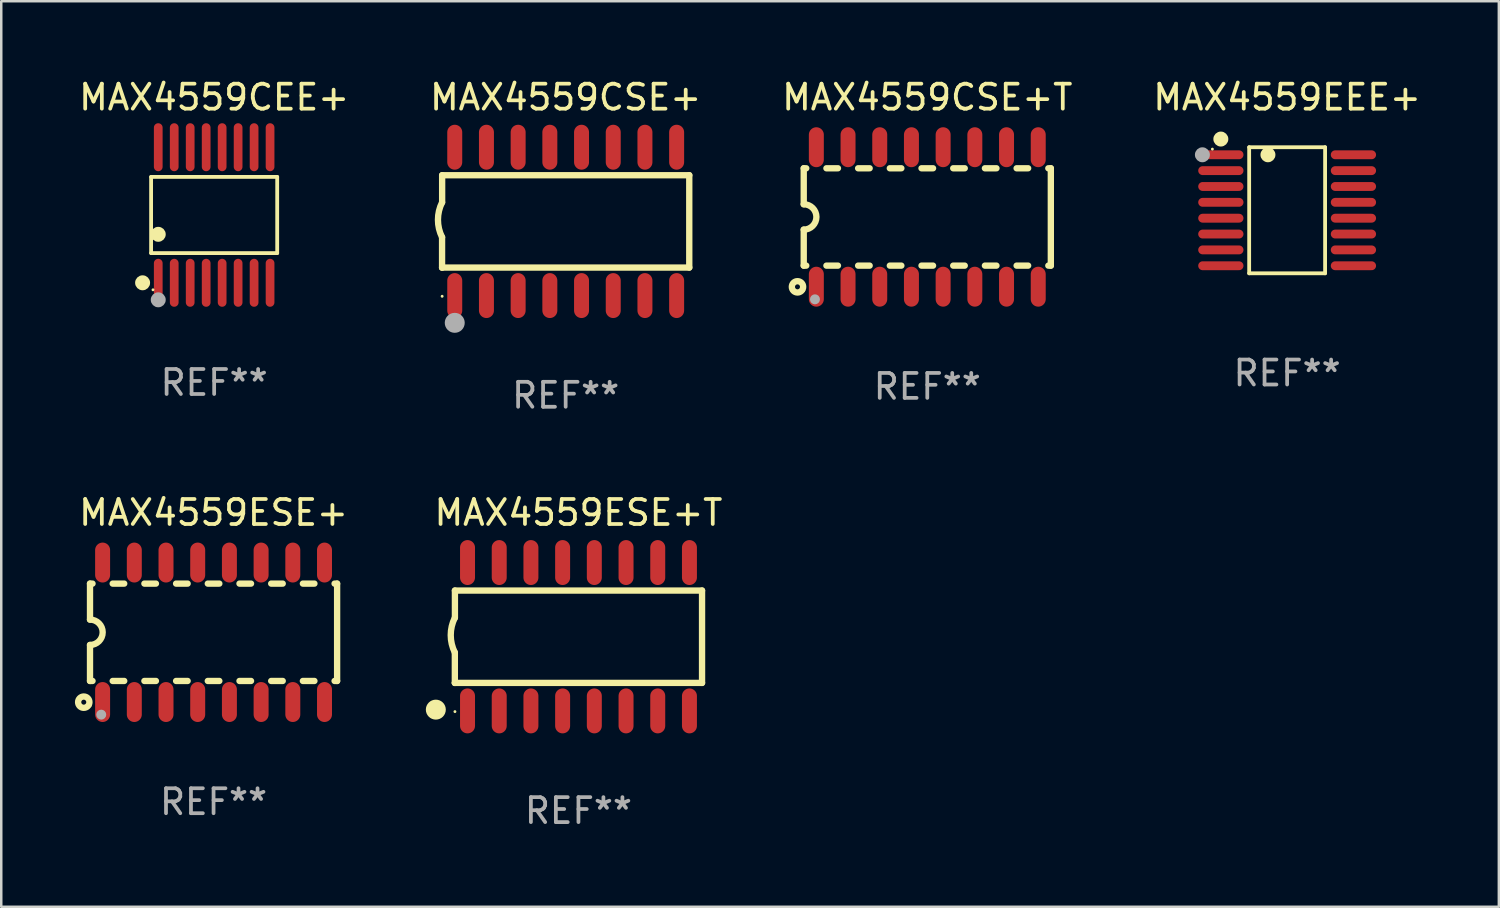
<source format=kicad_pcb>
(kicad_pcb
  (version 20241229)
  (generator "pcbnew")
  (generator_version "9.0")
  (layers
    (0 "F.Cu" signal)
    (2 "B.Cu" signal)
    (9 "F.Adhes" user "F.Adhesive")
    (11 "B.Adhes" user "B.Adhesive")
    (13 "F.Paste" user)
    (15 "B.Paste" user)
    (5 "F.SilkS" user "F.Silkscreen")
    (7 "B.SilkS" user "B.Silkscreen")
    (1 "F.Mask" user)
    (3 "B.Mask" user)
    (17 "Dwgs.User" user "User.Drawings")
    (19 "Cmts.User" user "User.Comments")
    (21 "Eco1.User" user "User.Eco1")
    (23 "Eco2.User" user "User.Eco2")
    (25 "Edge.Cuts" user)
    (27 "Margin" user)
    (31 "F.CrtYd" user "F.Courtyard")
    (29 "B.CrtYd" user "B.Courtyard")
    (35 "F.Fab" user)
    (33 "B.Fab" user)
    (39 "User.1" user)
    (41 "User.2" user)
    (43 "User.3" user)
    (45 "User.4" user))
  (footprint "MAX4559ESE+T"
    (layer "F.Cu")
    (at 20.125 22.46)
    (property "Reference" "MAX4559ESE+T" (at 0 -4.972 0) (layer "F.SilkS") (effects (font (size 1 1) (thickness 0.15))))
    (attr through_hole)
    (fp_line (start -4.952 0.635) (end -4.952 1.85) (stroke (width 0.254) (type solid)) (layer "F.SilkS"))
    (fp_line (start -4.952 1.85) (end -4.949 1.85) (stroke (width 0.254) (type solid)) (layer "F.SilkS"))
    (fp_line (start -4.949 -1.85) (end -4.949 -0.762) (stroke (width 0.254) (type solid)) (layer "F.SilkS"))
    (fp_line (start -4.949 1.85) (end 4.952 1.85) (stroke (width 0.254) (type solid)) (layer "F.SilkS"))
    (fp_line (start 4.952 -1.85) (end -4.949 -1.85) (stroke (width 0.254) (type solid)) (layer "F.SilkS"))
    (fp_line (start 4.952 1.85) (end 4.952 -1.85) (stroke (width 0.254) (type solid)) (layer "F.SilkS"))
    (fp_arc (start -4.951512 0.635) (mid -5.116405 -0.063501) (end -4.951511 -0.762002) (stroke (width 0.254001) (type solid)) (layer "F.SilkS"))
    (fp_circle (center -5.714 2.921) (end -5.514 2.921) (stroke (width 0.4) (type solid)) (fill no) (layer "F.SilkS"))
    (fp_circle (center -4.948 3) (end -4.918 3) (stroke (width 0.06) (type solid)) (fill no) (layer "F.SilkS"))
    (fp_text user "REF**" (at 0 6.972 0) (layer "F.Fab") (effects (font (size 1 1) (thickness 0.15))))
    (pad "1" smd oval (at -4.444 2.972 180) (size 0.6 1.8) (layers "F.Cu" "F.Mask" "F.Paste"))
    (pad "2" smd oval (at -3.174 2.972 180) (size 0.6 1.8) (layers "F.Cu" "F.Mask" "F.Paste"))
    (pad "3" smd oval (at -1.904 2.972 180) (size 0.6 1.8) (layers "F.Cu" "F.Mask" "F.Paste"))
    (pad "4" smd oval (at -0.634 2.972 180) (size 0.6 1.8) (layers "F.Cu" "F.Mask" "F.Paste"))
    (pad "5" smd oval (at 0.636 2.972 180) (size 0.6 1.8) (layers "F.Cu" "F.Mask" "F.Paste"))
    (pad "6" smd oval (at 1.907 2.972 180) (size 0.6 1.8) (layers "F.Cu" "F.Mask" "F.Paste"))
    (pad "7" smd oval (at 3.177 2.972 180) (size 0.6 1.8) (layers "F.Cu" "F.Mask" "F.Paste"))
    (pad "8" smd oval (at 4.447 2.972 180) (size 0.6 1.8) (layers "F.Cu" "F.Mask" "F.Paste"))
    (pad "9" smd oval (at 4.447 -2.972 180) (size 0.6 1.8) (layers "F.Cu" "F.Mask" "F.Paste"))
    (pad "10" smd oval (at 3.177 -2.972 180) (size 0.6 1.8) (layers "F.Cu" "F.Mask" "F.Paste"))
    (pad "11" smd oval (at 1.907 -2.972 180) (size 0.6 1.8) (layers "F.Cu" "F.Mask" "F.Paste"))
    (pad "12" smd oval (at 0.636 -2.972 180) (size 0.6 1.8) (layers "F.Cu" "F.Mask" "F.Paste"))
    (pad "13" smd oval (at -0.634 -2.972 180) (size 0.6 1.8) (layers "F.Cu" "F.Mask" "F.Paste"))
    (pad "14" smd oval (at -1.904 -2.972 180) (size 0.6 1.8) (layers "F.Cu" "F.Mask" "F.Paste"))
    (pad "15" smd oval (at -3.174 -2.972 180) (size 0.6 1.8) (layers "F.Cu" "F.Mask" "F.Paste"))
    (pad "16" smd oval (at -4.444 -2.972 180) (size 0.6 1.8) (layers "F.Cu" "F.Mask" "F.Paste")))
  (footprint "MAX4559EEE+"
    (layer "F.Cu")
    (at 48.518 5.374)
    (property "Reference" "MAX4559EEE+" (at 0 -4.526 0) (layer "F.SilkS") (effects (font (size 1 1) (thickness 0.15))))
    (attr through_hole)
    (fp_line (start -1.521 -2.526) (end 1.521 -2.526) (stroke (width 0.152) (type solid)) (layer "F.SilkS"))
    (fp_line (start -1.521 2.526) (end -1.521 -2.526) (stroke (width 0.152) (type solid)) (layer "F.SilkS"))
    (fp_line (start 1.521 -2.526) (end 1.521 2.526) (stroke (width 0.152) (type solid)) (layer "F.SilkS"))
    (fp_line (start 1.521 2.526) (end -1.521 2.526) (stroke (width 0.152) (type solid)) (layer "F.SilkS"))
    (fp_circle (center -2.995 -2.45) (end -2.965 -2.45) (stroke (width 0.06) (type solid)) (fill no) (layer "F.SilkS"))
    (fp_circle (center -2.656 -2.853) (end -2.506 -2.853) (stroke (width 0.3) (type solid)) (fill no) (layer "F.SilkS"))
    (fp_circle (center -0.769 -2.223) (end -0.619 -2.223) (stroke (width 0.3) (type solid)) (fill no) (layer "F.SilkS"))
    (fp_circle (center -3.395 -2.223) (end -3.245 -2.223) (stroke (width 0.3) (type solid)) (fill no) (layer "F.Fab"))
    (fp_text user "REF**" (at 0 6.526 0) (layer "F.Fab") (effects (font (size 1 1) (thickness 0.15))))
    (pad "1" smd oval (at -2.656 -2.223 270) (size 0.356 1.813) (layers "F.Cu" "F.Mask" "F.Paste"))
    (pad "2" smd oval (at -2.656 -1.588 270) (size 0.356 1.813) (layers "F.Cu" "F.Mask" "F.Paste"))
    (pad "3" smd oval (at -2.656 -0.953 270) (size 0.356 1.813) (layers "F.Cu" "F.Mask" "F.Paste"))
    (pad "4" smd oval (at -2.656 -0.318 270) (size 0.356 1.813) (layers "F.Cu" "F.Mask" "F.Paste"))
    (pad "5" smd oval (at -2.656 0.318 270) (size 0.356 1.813) (layers "F.Cu" "F.Mask" "F.Paste"))
    (pad "6" smd oval (at -2.656 0.953 270) (size 0.356 1.813) (layers "F.Cu" "F.Mask" "F.Paste"))
    (pad "7" smd oval (at -2.656 1.588 270) (size 0.356 1.813) (layers "F.Cu" "F.Mask" "F.Paste"))
    (pad "8" smd oval (at -2.656 2.223 270) (size 0.356 1.813) (layers "F.Cu" "F.Mask" "F.Paste"))
    (pad "9" smd oval (at 2.656 2.223 270) (size 0.356 1.813) (layers "F.Cu" "F.Mask" "F.Paste"))
    (pad "10" smd oval (at 2.656 1.588 270) (size 0.356 1.813) (layers "F.Cu" "F.Mask" "F.Paste"))
    (pad "11" smd oval (at 2.656 0.953 270) (size 0.356 1.813) (layers "F.Cu" "F.Mask" "F.Paste"))
    (pad "12" smd oval (at 2.656 0.318 270) (size 0.356 1.813) (layers "F.Cu" "F.Mask" "F.Paste"))
    (pad "13" smd oval (at 2.656 -0.318 270) (size 0.356 1.813) (layers "F.Cu" "F.Mask" "F.Paste"))
    (pad "14" smd oval (at 2.656 -0.953 270) (size 0.356 1.813) (layers "F.Cu" "F.Mask" "F.Paste"))
    (pad "15" smd oval (at 2.656 -1.588 270) (size 0.356 1.813) (layers "F.Cu" "F.Mask" "F.Paste"))
    (pad "16" smd oval (at 2.656 -2.223 270) (size 0.356 1.813) (layers "F.Cu" "F.Mask" "F.Paste")))
  (footprint "MAX4559CSE+"
    (layer "F.Cu")
    (at 19.613 5.82)
    (property "Reference" "MAX4559CSE+" (at 0 -4.972 0) (layer "F.SilkS") (effects (font (size 1 1) (thickness 0.15))))
    (attr through_hole)
    (fp_line (start -4.952 0.635) (end -4.952 1.85) (stroke (width 0.254) (type solid)) (layer "F.SilkS"))
    (fp_line (start -4.952 1.85) (end -4.949 1.85) (stroke (width 0.254) (type solid)) (layer "F.SilkS"))
    (fp_line (start -4.949 -1.85) (end -4.949 -0.762) (stroke (width 0.254) (type solid)) (layer "F.SilkS"))
    (fp_line (start -4.949 1.85) (end 4.952 1.85) (stroke (width 0.254) (type solid)) (layer "F.SilkS"))
    (fp_line (start 4.952 -1.85) (end -4.949 -1.85) (stroke (width 0.254) (type solid)) (layer "F.SilkS"))
    (fp_line (start 4.952 1.85) (end 4.952 -1.85) (stroke (width 0.254) (type solid)) (layer "F.SilkS"))
    (fp_arc (start -4.951524 0.635001) (mid -5.116418 -0.0635) (end -4.951524 -0.762002) (stroke (width 0.254001) (type solid)) (layer "F.SilkS"))
    (fp_circle (center -4.949 3) (end -4.919 3) (stroke (width 0.06) (type solid)) (fill no) (layer "F.SilkS"))
    (fp_circle (center -4.444 4.064) (end -4.244 4.064) (stroke (width 0.4) (type solid)) (fill no) (layer "F.Fab"))
    (fp_text user "REF**" (at 0 6.972 0) (layer "F.Fab") (effects (font (size 1 1) (thickness 0.15))))
    (pad "1" smd oval (at -4.444 2.972 180) (size 0.6 1.8) (layers "F.Cu" "F.Mask" "F.Paste"))
    (pad "2" smd oval (at -3.174 2.972 180) (size 0.6 1.8) (layers "F.Cu" "F.Mask" "F.Paste"))
    (pad "3" smd oval (at -1.904 2.972 180) (size 0.6 1.8) (layers "F.Cu" "F.Mask" "F.Paste"))
    (pad "4" smd oval (at -0.634 2.972 180) (size 0.6 1.8) (layers "F.Cu" "F.Mask" "F.Paste"))
    (pad "5" smd oval (at 0.636 2.972 180) (size 0.6 1.8) (layers "F.Cu" "F.Mask" "F.Paste"))
    (pad "6" smd oval (at 1.906 2.972 180) (size 0.6 1.8) (layers "F.Cu" "F.Mask" "F.Paste"))
    (pad "7" smd oval (at 3.176 2.972 180) (size 0.6 1.8) (layers "F.Cu" "F.Mask" "F.Paste"))
    (pad "8" smd oval (at 4.446 2.972 180) (size 0.6 1.8) (layers "F.Cu" "F.Mask" "F.Paste"))
    (pad "9" smd oval (at 4.446 -2.972 180) (size 0.6 1.8) (layers "F.Cu" "F.Mask" "F.Paste"))
    (pad "10" smd oval (at 3.176 -2.972 180) (size 0.6 1.8) (layers "F.Cu" "F.Mask" "F.Paste"))
    (pad "11" smd oval (at 1.906 -2.972 180) (size 0.6 1.8) (layers "F.Cu" "F.Mask" "F.Paste"))
    (pad "12" smd oval (at 0.636 -2.972 180) (size 0.6 1.8) (layers "F.Cu" "F.Mask" "F.Paste"))
    (pad "13" smd oval (at -0.634 -2.972 180) (size 0.6 1.8) (layers "F.Cu" "F.Mask" "F.Paste"))
    (pad "14" smd oval (at -1.904 -2.972 180) (size 0.6 1.8) (layers "F.Cu" "F.Mask" "F.Paste"))
    (pad "15" smd oval (at -3.174 -2.972 180) (size 0.6 1.8) (layers "F.Cu" "F.Mask" "F.Paste"))
    (pad "16" smd oval (at -4.444 -2.972 180) (size 0.6 1.8) (layers "F.Cu" "F.Mask" "F.Paste")))
  (footprint "MAX4559ESE+"
    (layer "F.Cu")
    (at 5.506 22.282)
    (property "Reference" "MAX4559ESE+" (at 0 -4.794 0) (layer "F.SilkS") (effects (font (size 1 1) (thickness 0.15))))
    (attr through_hole)
    (fp_line (start -4.95 -1.95) (end -4.95 -0.508) (stroke (width 0.254) (type solid)) (layer "F.SilkS"))
    (fp_line (start -4.95 -1.95) (end -4.849 -1.95) (stroke (width 0.254) (type solid)) (layer "F.SilkS"))
    (fp_line (start -4.95 1.95) (end -4.95 0.508) (stroke (width 0.254) (type solid)) (layer "F.SilkS"))
    (fp_line (start -4.95 1.95) (end -4.849 1.95) (stroke (width 0.254) (type solid)) (layer "F.SilkS"))
    (fp_line (start -4.041 -1.95) (end -3.579 -1.95) (stroke (width 0.254) (type solid)) (layer "F.SilkS"))
    (fp_line (start -4.041 1.95) (end -3.579 1.95) (stroke (width 0.254) (type solid)) (layer "F.SilkS"))
    (fp_line (start -2.771 -1.95) (end -2.309 -1.95) (stroke (width 0.254) (type solid)) (layer "F.SilkS"))
    (fp_line (start -2.771 1.95) (end -2.309 1.95) (stroke (width 0.254) (type solid)) (layer "F.SilkS"))
    (fp_line (start -1.501 -1.95) (end -1.039 -1.95) (stroke (width 0.254) (type solid)) (layer "F.SilkS"))
    (fp_line (start -1.501 1.95) (end -1.039 1.95) (stroke (width 0.254) (type solid)) (layer "F.SilkS"))
    (fp_line (start -0.231 -1.95) (end 0.231 -1.95) (stroke (width 0.254) (type solid)) (layer "F.SilkS"))
    (fp_line (start -0.231 1.95) (end 0.231 1.95) (stroke (width 0.254) (type solid)) (layer "F.SilkS"))
    (fp_line (start 1.039 -1.95) (end 1.501 -1.95) (stroke (width 0.254) (type solid)) (layer "F.SilkS"))
    (fp_line (start 1.039 1.95) (end 1.501 1.95) (stroke (width 0.254) (type solid)) (layer "F.SilkS"))
    (fp_line (start 2.309 -1.95) (end 2.771 -1.95) (stroke (width 0.254) (type solid)) (layer "F.SilkS"))
    (fp_line (start 2.309 1.95) (end 2.771 1.95) (stroke (width 0.254) (type solid)) (layer "F.SilkS"))
    (fp_line (start 3.579 -1.95) (end 4.041 -1.95) (stroke (width 0.254) (type solid)) (layer "F.SilkS"))
    (fp_line (start 3.579 1.95) (end 4.041 1.95) (stroke (width 0.254) (type solid)) (layer "F.SilkS"))
    (fp_line (start 4.849 -1.95) (end 4.95 -1.95) (stroke (width 0.254) (type solid)) (layer "F.SilkS"))
    (fp_line (start 4.849 1.95) (end 4.95 1.95) (stroke (width 0.254) (type solid)) (layer "F.SilkS"))
    (fp_line (start 4.95 -1.95) (end 4.95 1.95) (stroke (width 0.254) (type solid)) (layer "F.SilkS"))
    (fp_arc (start -4.95047 -0.508001) (mid -4.442469 -0.000228) (end -4.950013 0.508001) (stroke (width 0.254001) (type solid)) (layer "F.SilkS"))
    (fp_circle (center -5.2 2.8) (end -5.1 2.8) (stroke (width 0.254) (type solid)) (fill no) (layer "F.SilkS"))
    (fp_circle (center -4.95 2.947) (end -4.92 2.947) (stroke (width 0.06) (type solid)) (fill no) (layer "F.SilkS"))
    (fp_circle (center -4.5 3.3) (end -4.4 3.3) (stroke (width 0.2) (type solid)) (fill no) (layer "F.Fab"))
    (fp_text user "REF**" (at 0 6.794 0) (layer "F.Fab") (effects (font (size 1 1) (thickness 0.15))))
    (pad "1" smd oval (at -4.445 2.794) (size 0.6 1.6) (layers "F.Cu" "F.Mask" "F.Paste"))
    (pad "2" smd oval (at -3.175 2.794) (size 0.6 1.6) (layers "F.Cu" "F.Mask" "F.Paste"))
    (pad "3" smd oval (at -1.905 2.794) (size 0.6 1.6) (layers "F.Cu" "F.Mask" "F.Paste"))
    (pad "4" smd oval (at -0.635 2.794) (size 0.6 1.6) (layers "F.Cu" "F.Mask" "F.Paste"))
    (pad "5" smd oval (at 0.635 2.794) (size 0.6 1.6) (layers "F.Cu" "F.Mask" "F.Paste"))
    (pad "6" smd oval (at 1.905 2.794) (size 0.6 1.6) (layers "F.Cu" "F.Mask" "F.Paste"))
    (pad "7" smd oval (at 3.175 2.794) (size 0.6 1.6) (layers "F.Cu" "F.Mask" "F.Paste"))
    (pad "8" smd oval (at 4.445 2.794) (size 0.6 1.6) (layers "F.Cu" "F.Mask" "F.Paste"))
    (pad "9" smd oval (at 4.445 -2.794) (size 0.6 1.6) (layers "F.Cu" "F.Mask" "F.Paste"))
    (pad "10" smd oval (at 3.175 -2.794) (size 0.6 1.6) (layers "F.Cu" "F.Mask" "F.Paste"))
    (pad "11" smd oval (at 1.905 -2.794) (size 0.6 1.6) (layers "F.Cu" "F.Mask" "F.Paste"))
    (pad "12" smd oval (at 0.635 -2.794) (size 0.6 1.6) (layers "F.Cu" "F.Mask" "F.Paste"))
    (pad "13" smd oval (at -0.635 -2.794) (size 0.6 1.6) (layers "F.Cu" "F.Mask" "F.Paste"))
    (pad "14" smd oval (at -1.905 -2.794) (size 0.6 1.6) (layers "F.Cu" "F.Mask" "F.Paste"))
    (pad "15" smd oval (at -3.175 -2.794) (size 0.6 1.6) (layers "F.Cu" "F.Mask" "F.Paste"))
    (pad "16" smd oval (at -4.445 -2.794) (size 0.6 1.6) (layers "F.Cu" "F.Mask" "F.Paste")))
  (footprint "MAX4559CSE+T"
    (layer "F.Cu")
    (at 34.101 5.642)
    (property "Reference" "MAX4559CSE+T" (at 0 -4.794 0) (layer "F.SilkS") (effects (font (size 1 1) (thickness 0.15))))
    (attr through_hole)
    (fp_line (start -4.95 -1.95) (end -4.95 -0.508) (stroke (width 0.254) (type solid)) (layer "F.SilkS"))
    (fp_line (start -4.95 -1.95) (end -4.849 -1.95) (stroke (width 0.254) (type solid)) (layer "F.SilkS"))
    (fp_line (start -4.95 1.95) (end -4.95 0.508) (stroke (width 0.254) (type solid)) (layer "F.SilkS"))
    (fp_line (start -4.95 1.95) (end -4.849 1.95) (stroke (width 0.254) (type solid)) (layer "F.SilkS"))
    (fp_line (start -4.041 -1.95) (end -3.579 -1.95) (stroke (width 0.254) (type solid)) (layer "F.SilkS"))
    (fp_line (start -4.041 1.95) (end -3.579 1.95) (stroke (width 0.254) (type solid)) (layer "F.SilkS"))
    (fp_line (start -2.771 -1.95) (end -2.309 -1.95) (stroke (width 0.254) (type solid)) (layer "F.SilkS"))
    (fp_line (start -2.771 1.95) (end -2.309 1.95) (stroke (width 0.254) (type solid)) (layer "F.SilkS"))
    (fp_line (start -1.501 -1.95) (end -1.039 -1.95) (stroke (width 0.254) (type solid)) (layer "F.SilkS"))
    (fp_line (start -1.501 1.95) (end -1.039 1.95) (stroke (width 0.254) (type solid)) (layer "F.SilkS"))
    (fp_line (start -0.231 -1.95) (end 0.231 -1.95) (stroke (width 0.254) (type solid)) (layer "F.SilkS"))
    (fp_line (start -0.231 1.95) (end 0.231 1.95) (stroke (width 0.254) (type solid)) (layer "F.SilkS"))
    (fp_line (start 1.039 -1.95) (end 1.501 -1.95) (stroke (width 0.254) (type solid)) (layer "F.SilkS"))
    (fp_line (start 1.039 1.95) (end 1.501 1.95) (stroke (width 0.254) (type solid)) (layer "F.SilkS"))
    (fp_line (start 2.309 -1.95) (end 2.771 -1.95) (stroke (width 0.254) (type solid)) (layer "F.SilkS"))
    (fp_line (start 2.309 1.95) (end 2.771 1.95) (stroke (width 0.254) (type solid)) (layer "F.SilkS"))
    (fp_line (start 3.579 -1.95) (end 4.041 -1.95) (stroke (width 0.254) (type solid)) (layer "F.SilkS"))
    (fp_line (start 3.579 1.95) (end 4.041 1.95) (stroke (width 0.254) (type solid)) (layer "F.SilkS"))
    (fp_line (start 4.849 -1.95) (end 4.95 -1.95) (stroke (width 0.254) (type solid)) (layer "F.SilkS"))
    (fp_line (start 4.849 1.95) (end 4.95 1.95) (stroke (width 0.254) (type solid)) (layer "F.SilkS"))
    (fp_line (start 4.95 -1.95) (end 4.95 1.95) (stroke (width 0.254) (type solid)) (layer "F.SilkS"))
    (fp_arc (start -4.95047 -0.508001) (mid -4.442469 -0.000228) (end -4.950013 0.508001) (stroke (width 0.254001) (type solid)) (layer "F.SilkS"))
    (fp_circle (center -5.2 2.8) (end -5.1 2.8) (stroke (width 0.254) (type solid)) (fill no) (layer "F.SilkS"))
    (fp_circle (center -4.95 2.947) (end -4.92 2.947) (stroke (width 0.06) (type solid)) (fill no) (layer "F.SilkS"))
    (fp_circle (center -4.5 3.3) (end -4.4 3.3) (stroke (width 0.2) (type solid)) (fill no) (layer "F.Fab"))
    (fp_text user "REF**" (at 0 6.794 0) (layer "F.Fab") (effects (font (size 1 1) (thickness 0.15))))
    (pad "1" smd oval (at -4.445 2.794) (size 0.6 1.6) (layers "F.Cu" "F.Mask" "F.Paste"))
    (pad "2" smd oval (at -3.175 2.794) (size 0.6 1.6) (layers "F.Cu" "F.Mask" "F.Paste"))
    (pad "3" smd oval (at -1.905 2.794) (size 0.6 1.6) (layers "F.Cu" "F.Mask" "F.Paste"))
    (pad "4" smd oval (at -0.635 2.794) (size 0.6 1.6) (layers "F.Cu" "F.Mask" "F.Paste"))
    (pad "5" smd oval (at 0.635 2.794) (size 0.6 1.6) (layers "F.Cu" "F.Mask" "F.Paste"))
    (pad "6" smd oval (at 1.905 2.794) (size 0.6 1.6) (layers "F.Cu" "F.Mask" "F.Paste"))
    (pad "7" smd oval (at 3.175 2.794) (size 0.6 1.6) (layers "F.Cu" "F.Mask" "F.Paste"))
    (pad "8" smd oval (at 4.445 2.794) (size 0.6 1.6) (layers "F.Cu" "F.Mask" "F.Paste"))
    (pad "9" smd oval (at 4.445 -2.794) (size 0.6 1.6) (layers "F.Cu" "F.Mask" "F.Paste"))
    (pad "10" smd oval (at 3.175 -2.794) (size 0.6 1.6) (layers "F.Cu" "F.Mask" "F.Paste"))
    (pad "11" smd oval (at 1.905 -2.794) (size 0.6 1.6) (layers "F.Cu" "F.Mask" "F.Paste"))
    (pad "12" smd oval (at 0.635 -2.794) (size 0.6 1.6) (layers "F.Cu" "F.Mask" "F.Paste"))
    (pad "13" smd oval (at -0.635 -2.794) (size 0.6 1.6) (layers "F.Cu" "F.Mask" "F.Paste"))
    (pad "14" smd oval (at -1.905 -2.794) (size 0.6 1.6) (layers "F.Cu" "F.Mask" "F.Paste"))
    (pad "15" smd oval (at -3.175 -2.794) (size 0.6 1.6) (layers "F.Cu" "F.Mask" "F.Paste"))
    (pad "16" smd oval (at -4.445 -2.794) (size 0.6 1.6) (layers "F.Cu" "F.Mask" "F.Paste")))
  (footprint "MAX4559CEE+"
    (layer "F.Cu")
    (at 5.53 5.564)
    (property "Reference" "MAX4559CEE+" (at 0 -4.716 0) (layer "F.SilkS") (effects (font (size 1 1) (thickness 0.15))))
    (attr through_hole)
    (fp_line (start -2.526 -1.526) (end 2.526 -1.526) (stroke (width 0.152) (type solid)) (layer "F.SilkS"))
    (fp_line (start -2.526 1.526) (end -2.526 -1.526) (stroke (width 0.152) (type solid)) (layer "F.SilkS"))
    (fp_line (start 2.526 -1.526) (end 2.526 1.526) (stroke (width 0.152) (type solid)) (layer "F.SilkS"))
    (fp_line (start 2.526 1.526) (end -2.526 1.526) (stroke (width 0.152) (type solid)) (layer "F.SilkS"))
    (fp_circle (center -2.867 2.716) (end -2.717 2.716) (stroke (width 0.3) (type solid)) (fill no) (layer "F.SilkS"))
    (fp_circle (center -2.45 2.997) (end -2.42 2.997) (stroke (width 0.06) (type solid)) (fill no) (layer "F.SilkS"))
    (fp_circle (center -2.24 0.774) (end -2.09 0.774) (stroke (width 0.3) (type solid)) (fill no) (layer "F.SilkS"))
    (fp_circle (center -2.24 3.398) (end -2.09 3.398) (stroke (width 0.3) (type solid)) (fill no) (layer "F.Fab"))
    (fp_text user "REF**" (at 0 6.716 0) (layer "F.Fab") (effects (font (size 1 1) (thickness 0.15))))
    (pad "1" smd oval (at -2.24 2.716) (size 0.35 1.922) (layers "F.Cu" "F.Mask" "F.Paste"))
    (pad "2" smd oval (at -1.6 2.716) (size 0.35 1.922) (layers "F.Cu" "F.Mask" "F.Paste"))
    (pad "3" smd oval (at -0.96 2.716) (size 0.35 1.922) (layers "F.Cu" "F.Mask" "F.Paste"))
    (pad "4" smd oval (at -0.32 2.716) (size 0.35 1.922) (layers "F.Cu" "F.Mask" "F.Paste"))
    (pad "5" smd oval (at 0.32 2.716) (size 0.35 1.922) (layers "F.Cu" "F.Mask" "F.Paste"))
    (pad "6" smd oval (at 0.96 2.716) (size 0.35 1.922) (layers "F.Cu" "F.Mask" "F.Paste"))
    (pad "7" smd oval (at 1.6 2.716) (size 0.35 1.922) (layers "F.Cu" "F.Mask" "F.Paste"))
    (pad "8" smd oval (at 2.24 2.716) (size 0.35 1.922) (layers "F.Cu" "F.Mask" "F.Paste"))
    (pad "9" smd oval (at 2.24 -2.716) (size 0.35 1.922) (layers "F.Cu" "F.Mask" "F.Paste"))
    (pad "10" smd oval (at 1.6 -2.716) (size 0.35 1.922) (layers "F.Cu" "F.Mask" "F.Paste"))
    (pad "11" smd oval (at 0.96 -2.716) (size 0.35 1.922) (layers "F.Cu" "F.Mask" "F.Paste"))
    (pad "12" smd oval (at 0.32 -2.716) (size 0.35 1.922) (layers "F.Cu" "F.Mask" "F.Paste"))
    (pad "13" smd oval (at -0.32 -2.716) (size 0.35 1.922) (layers "F.Cu" "F.Mask" "F.Paste"))
    (pad "14" smd oval (at -0.96 -2.716) (size 0.35 1.922) (layers "F.Cu" "F.Mask" "F.Paste"))
    (pad "15" smd oval (at -1.6 -2.716) (size 0.35 1.922) (layers "F.Cu" "F.Mask" "F.Paste"))
    (pad "16" smd oval (at -2.24 -2.716) (size 0.35 1.922) (layers "F.Cu" "F.Mask" "F.Paste")))
  (gr_rect
    (start -3 -3)
    (end 57 33.28)
    (stroke (width 0.1) (type default))
    (fill no)
    (layer "Edge.Cuts")))
</source>
